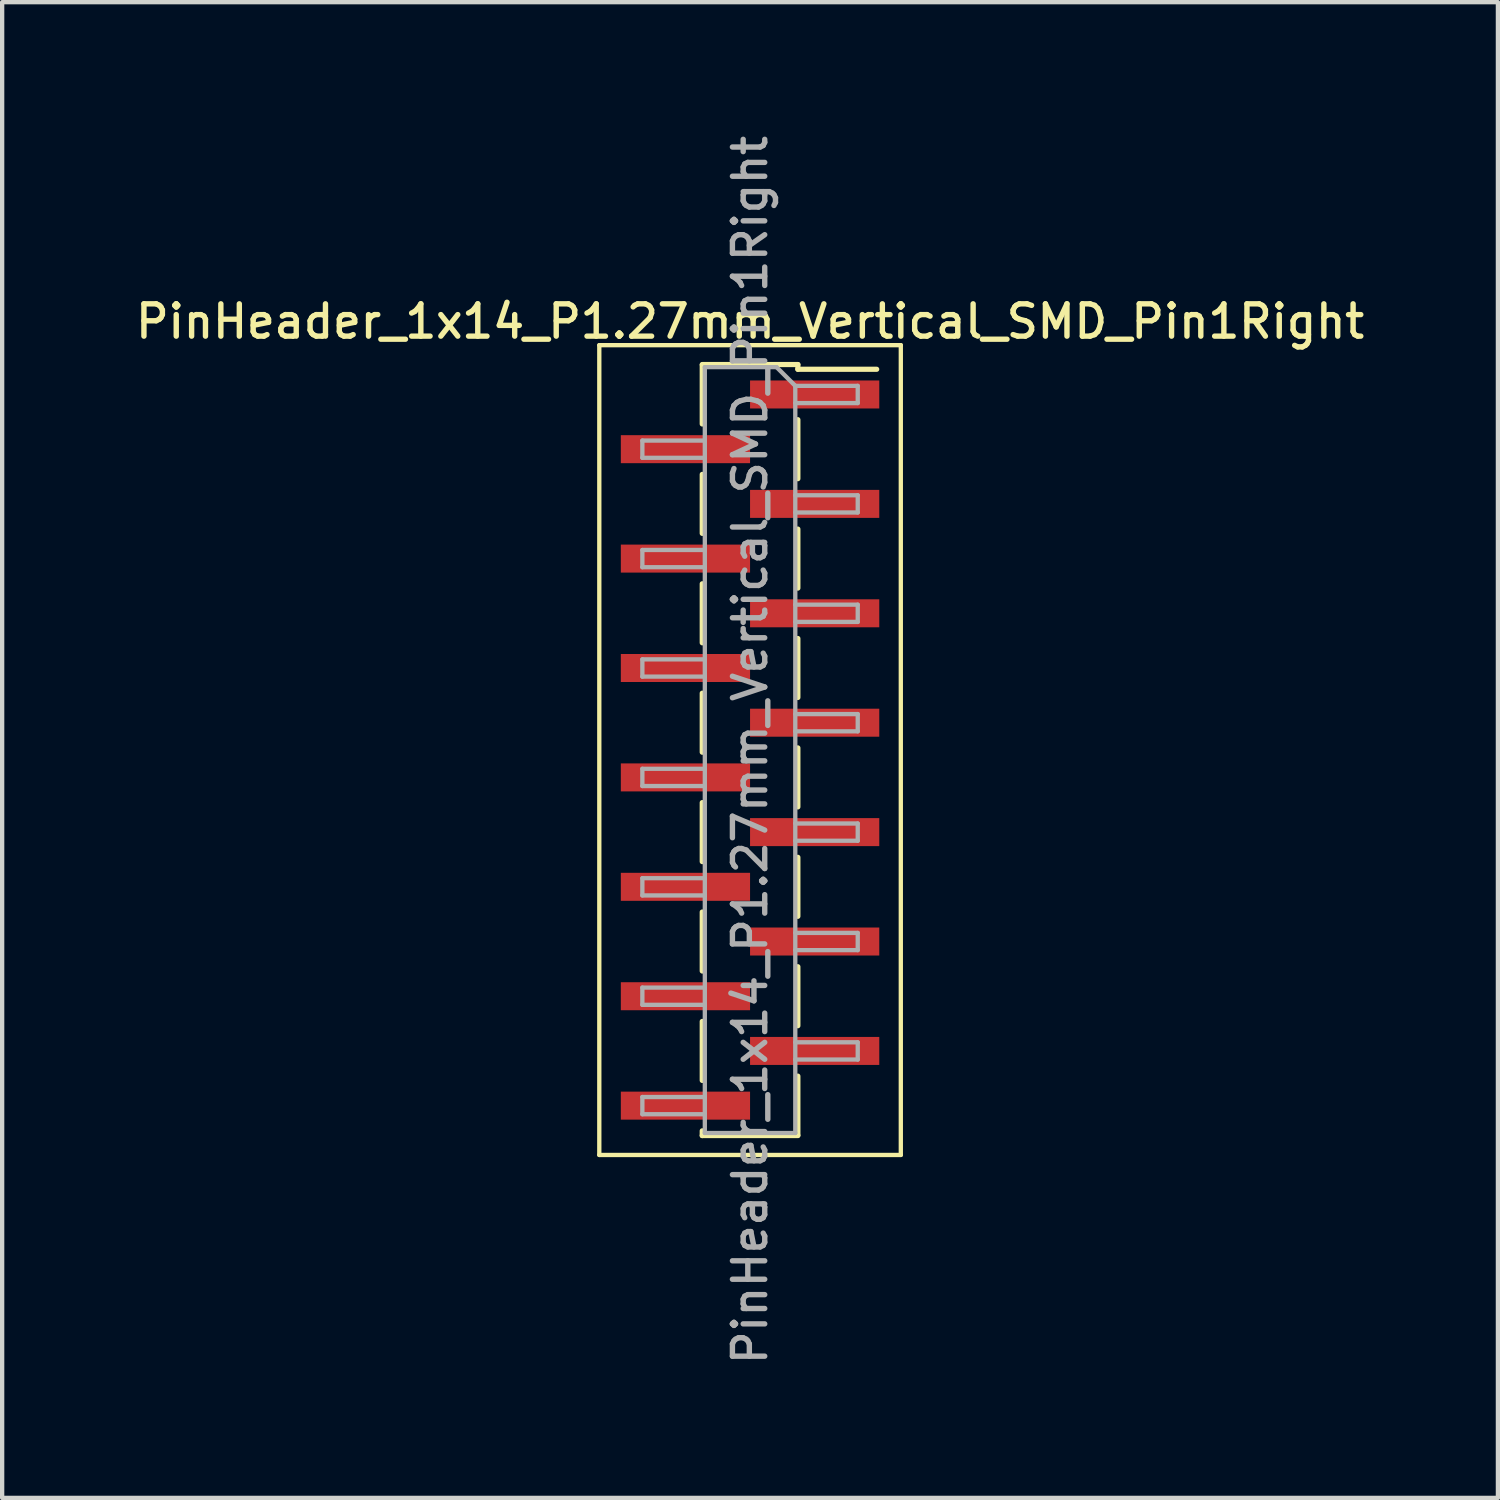
<source format=kicad_pcb>
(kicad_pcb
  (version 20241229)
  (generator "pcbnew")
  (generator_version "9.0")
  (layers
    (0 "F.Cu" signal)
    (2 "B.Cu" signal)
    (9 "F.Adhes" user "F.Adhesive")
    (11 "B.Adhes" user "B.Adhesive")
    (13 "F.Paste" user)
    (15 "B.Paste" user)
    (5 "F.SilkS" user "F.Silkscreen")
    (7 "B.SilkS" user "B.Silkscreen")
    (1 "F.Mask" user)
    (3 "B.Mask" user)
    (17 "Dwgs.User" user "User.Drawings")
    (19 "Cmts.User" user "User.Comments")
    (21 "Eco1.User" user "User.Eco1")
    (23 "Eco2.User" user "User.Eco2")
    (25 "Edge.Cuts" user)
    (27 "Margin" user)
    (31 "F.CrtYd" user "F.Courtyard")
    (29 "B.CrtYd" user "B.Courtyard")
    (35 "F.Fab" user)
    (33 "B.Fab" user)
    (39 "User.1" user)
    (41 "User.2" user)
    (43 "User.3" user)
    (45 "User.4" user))
  (footprint "PinHeader_1x14_P1.27mm_Vertical_SMD_Pin1Right"
    (layer "F.Cu")
    (at 14.363 14.363)
    (property "Reference" "PinHeader_1x14_P1.27mm_Vertical_SMD_Pin1Right" (at 0 -9.95 0) (layer "F.SilkS") (effects (font (size 0.75 0.75) (thickness 0.125))))
    (attr smd)
    (fp_line (start -3.5 -9.4) (end -3.5 9.4) (stroke (width 0.1) (type solid)) (layer "F.SilkS"))
    (fp_line (start -3.5 9.4) (end 3.5 9.4) (stroke (width 0.1) (type solid)) (layer "F.SilkS"))
    (fp_line (start -1.11 -8.95) (end 1.11 -8.95) (stroke (width 0.12) (type solid)) (layer "F.SilkS"))
    (fp_line (start -1.11 -8.94) (end -1.11 -7.57) (stroke (width 0.12) (type solid)) (layer "F.SilkS"))
    (fp_line (start -1.11 -6.4) (end -1.11 -5.03) (stroke (width 0.12) (type solid)) (layer "F.SilkS"))
    (fp_line (start -1.11 -3.86) (end -1.11 -2.49) (stroke (width 0.12) (type solid)) (layer "F.SilkS"))
    (fp_line (start -1.11 -1.32) (end -1.11 0.05) (stroke (width 0.12) (type solid)) (layer "F.SilkS"))
    (fp_line (start -1.11 1.22) (end -1.11 2.59) (stroke (width 0.12) (type solid)) (layer "F.SilkS"))
    (fp_line (start -1.11 3.76) (end -1.11 5.13) (stroke (width 0.12) (type solid)) (layer "F.SilkS"))
    (fp_line (start -1.11 6.3) (end -1.11 7.67) (stroke (width 0.12) (type solid)) (layer "F.SilkS"))
    (fp_line (start -1.11 8.84) (end -1.11 8.95) (stroke (width 0.12) (type solid)) (layer "F.SilkS"))
    (fp_line (start -1.11 8.95) (end 1.11 8.95) (stroke (width 0.12) (type solid)) (layer "F.SilkS"))
    (fp_line (start 1.11 -8.95) (end 1.11 -8.84) (stroke (width 0.12) (type solid)) (layer "F.SilkS"))
    (fp_line (start 1.11 -8.84) (end 2.94 -8.84) (stroke (width 0.12) (type solid)) (layer "F.SilkS"))
    (fp_line (start 1.11 -7.67) (end 1.11 -6.3) (stroke (width 0.12) (type solid)) (layer "F.SilkS"))
    (fp_line (start 1.11 -5.13) (end 1.11 -3.76) (stroke (width 0.12) (type solid)) (layer "F.SilkS"))
    (fp_line (start 1.11 -2.59) (end 1.11 -1.22) (stroke (width 0.12) (type solid)) (layer "F.SilkS"))
    (fp_line (start 1.11 -0.05) (end 1.11 1.32) (stroke (width 0.12) (type solid)) (layer "F.SilkS"))
    (fp_line (start 1.11 2.49) (end 1.11 3.86) (stroke (width 0.12) (type solid)) (layer "F.SilkS"))
    (fp_line (start 1.11 5.03) (end 1.11 6.4) (stroke (width 0.12) (type solid)) (layer "F.SilkS"))
    (fp_line (start 1.11 7.57) (end 1.11 8.94) (stroke (width 0.12) (type solid)) (layer "F.SilkS"))
    (fp_line (start 3.5 -9.4) (end -3.5 -9.4) (stroke (width 0.1) (type solid)) (layer "F.SilkS"))
    (fp_line (start 3.5 9.4) (end 3.5 -9.4) (stroke (width 0.1) (type solid)) (layer "F.SilkS"))
    (fp_line (start -2.5 -7.185) (end -2.5 -6.785) (stroke (width 0.1) (type solid)) (layer "F.Fab"))
    (fp_line (start -2.5 -6.785) (end -1.05 -6.785) (stroke (width 0.1) (type solid)) (layer "F.Fab"))
    (fp_line (start -2.5 -4.645) (end -2.5 -4.245) (stroke (width 0.1) (type solid)) (layer "F.Fab"))
    (fp_line (start -2.5 -4.245) (end -1.05 -4.245) (stroke (width 0.1) (type solid)) (layer "F.Fab"))
    (fp_line (start -2.5 -2.105) (end -2.5 -1.705) (stroke (width 0.1) (type solid)) (layer "F.Fab"))
    (fp_line (start -2.5 -1.705) (end -1.05 -1.705) (stroke (width 0.1) (type solid)) (layer "F.Fab"))
    (fp_line (start -2.5 0.435) (end -2.5 0.835) (stroke (width 0.1) (type solid)) (layer "F.Fab"))
    (fp_line (start -2.5 0.835) (end -1.05 0.835) (stroke (width 0.1) (type solid)) (layer "F.Fab"))
    (fp_line (start -2.5 2.975) (end -2.5 3.375) (stroke (width 0.1) (type solid)) (layer "F.Fab"))
    (fp_line (start -2.5 3.375) (end -1.05 3.375) (stroke (width 0.1) (type solid)) (layer "F.Fab"))
    (fp_line (start -2.5 5.515) (end -2.5 5.915) (stroke (width 0.1) (type solid)) (layer "F.Fab"))
    (fp_line (start -2.5 5.915) (end -1.05 5.915) (stroke (width 0.1) (type solid)) (layer "F.Fab"))
    (fp_line (start -2.5 8.055) (end -2.5 8.455) (stroke (width 0.1) (type solid)) (layer "F.Fab"))
    (fp_line (start -2.5 8.455) (end -1.05 8.455) (stroke (width 0.1) (type solid)) (layer "F.Fab"))
    (fp_line (start -1.05 -8.89) (end -1.05 8.89) (stroke (width 0.1) (type solid)) (layer "F.Fab"))
    (fp_line (start -1.05 -8.89) (end 0.615 -8.89) (stroke (width 0.1) (type solid)) (layer "F.Fab"))
    (fp_line (start -1.05 -7.185) (end -2.5 -7.185) (stroke (width 0.1) (type solid)) (layer "F.Fab"))
    (fp_line (start -1.05 -4.645) (end -2.5 -4.645) (stroke (width 0.1) (type solid)) (layer "F.Fab"))
    (fp_line (start -1.05 -2.105) (end -2.5 -2.105) (stroke (width 0.1) (type solid)) (layer "F.Fab"))
    (fp_line (start -1.05 0.435) (end -2.5 0.435) (stroke (width 0.1) (type solid)) (layer "F.Fab"))
    (fp_line (start -1.05 2.975) (end -2.5 2.975) (stroke (width 0.1) (type solid)) (layer "F.Fab"))
    (fp_line (start -1.05 5.515) (end -2.5 5.515) (stroke (width 0.1) (type solid)) (layer "F.Fab"))
    (fp_line (start -1.05 8.055) (end -2.5 8.055) (stroke (width 0.1) (type solid)) (layer "F.Fab"))
    (fp_line (start 1.05 -8.455) (end 0.615 -8.89) (stroke (width 0.1) (type solid)) (layer "F.Fab"))
    (fp_line (start 1.05 -8.455) (end 2.5 -8.455) (stroke (width 0.1) (type solid)) (layer "F.Fab"))
    (fp_line (start 1.05 -5.915) (end 2.5 -5.915) (stroke (width 0.1) (type solid)) (layer "F.Fab"))
    (fp_line (start 1.05 -3.375) (end 2.5 -3.375) (stroke (width 0.1) (type solid)) (layer "F.Fab"))
    (fp_line (start 1.05 -0.835) (end 2.5 -0.835) (stroke (width 0.1) (type solid)) (layer "F.Fab"))
    (fp_line (start 1.05 1.705) (end 2.5 1.705) (stroke (width 0.1) (type solid)) (layer "F.Fab"))
    (fp_line (start 1.05 4.245) (end 2.5 4.245) (stroke (width 0.1) (type solid)) (layer "F.Fab"))
    (fp_line (start 1.05 6.785) (end 2.5 6.785) (stroke (width 0.1) (type solid)) (layer "F.Fab"))
    (fp_line (start 1.05 8.89) (end -1.05 8.89) (stroke (width 0.1) (type solid)) (layer "F.Fab"))
    (fp_line (start 1.05 8.89) (end 1.05 -8.455) (stroke (width 0.1) (type solid)) (layer "F.Fab"))
    (fp_line (start 2.5 -8.455) (end 2.5 -8.055) (stroke (width 0.1) (type solid)) (layer "F.Fab"))
    (fp_line (start 2.5 -8.055) (end 1.05 -8.055) (stroke (width 0.1) (type solid)) (layer "F.Fab"))
    (fp_line (start 2.5 -5.915) (end 2.5 -5.515) (stroke (width 0.1) (type solid)) (layer "F.Fab"))
    (fp_line (start 2.5 -5.515) (end 1.05 -5.515) (stroke (width 0.1) (type solid)) (layer "F.Fab"))
    (fp_line (start 2.5 -3.375) (end 2.5 -2.975) (stroke (width 0.1) (type solid)) (layer "F.Fab"))
    (fp_line (start 2.5 -2.975) (end 1.05 -2.975) (stroke (width 0.1) (type solid)) (layer "F.Fab"))
    (fp_line (start 2.5 -0.835) (end 2.5 -0.435) (stroke (width 0.1) (type solid)) (layer "F.Fab"))
    (fp_line (start 2.5 -0.435) (end 1.05 -0.435) (stroke (width 0.1) (type solid)) (layer "F.Fab"))
    (fp_line (start 2.5 1.705) (end 2.5 2.105) (stroke (width 0.1) (type solid)) (layer "F.Fab"))
    (fp_line (start 2.5 2.105) (end 1.05 2.105) (stroke (width 0.1) (type solid)) (layer "F.Fab"))
    (fp_line (start 2.5 4.245) (end 2.5 4.645) (stroke (width 0.1) (type solid)) (layer "F.Fab"))
    (fp_line (start 2.5 4.645) (end 1.05 4.645) (stroke (width 0.1) (type solid)) (layer "F.Fab"))
    (fp_line (start 2.5 6.785) (end 2.5 7.185) (stroke (width 0.1) (type solid)) (layer "F.Fab"))
    (fp_line (start 2.5 7.185) (end 1.05 7.185) (stroke (width 0.1) (type solid)) (layer "F.Fab"))
    (fp_text user "${REFERENCE}" (at 0 0 90) (layer "F.Fab") (effects (font (size 0.75 0.75) (thickness 0.125))))
    (pad "1" smd rect (at 1.5 -8.255) (size 3 0.65) (layers "F.Cu" "F.Mask" "F.Paste"))
    (pad "2" smd rect (at -1.5 -6.985) (size 3 0.65) (layers "F.Cu" "F.Mask" "F.Paste"))
    (pad "3" smd rect (at 1.5 -5.715) (size 3 0.65) (layers "F.Cu" "F.Mask" "F.Paste"))
    (pad "4" smd rect (at -1.5 -4.445) (size 3 0.65) (layers "F.Cu" "F.Mask" "F.Paste"))
    (pad "5" smd rect (at 1.5 -3.175) (size 3 0.65) (layers "F.Cu" "F.Mask" "F.Paste"))
    (pad "6" smd rect (at -1.5 -1.905) (size 3 0.65) (layers "F.Cu" "F.Mask" "F.Paste"))
    (pad "7" smd rect (at 1.5 -0.635) (size 3 0.65) (layers "F.Cu" "F.Mask" "F.Paste"))
    (pad "8" smd rect (at -1.5 0.635) (size 3 0.65) (layers "F.Cu" "F.Mask" "F.Paste"))
    (pad "9" smd rect (at 1.5 1.905) (size 3 0.65) (layers "F.Cu" "F.Mask" "F.Paste"))
    (pad "10" smd rect (at -1.5 3.175) (size 3 0.65) (layers "F.Cu" "F.Mask" "F.Paste"))
    (pad "11" smd rect (at 1.5 4.445) (size 3 0.65) (layers "F.Cu" "F.Mask" "F.Paste"))
    (pad "12" smd rect (at -1.5 5.715) (size 3 0.65) (layers "F.Cu" "F.Mask" "F.Paste"))
    (pad "13" smd rect (at 1.5 6.985) (size 3 0.65) (layers "F.Cu" "F.Mask" "F.Paste"))
    (pad "14" smd rect (at -1.5 8.255) (size 3 0.65) (layers "F.Cu" "F.Mask" "F.Paste")))
  (gr_rect
    (start -3 -3)
    (end 31.725 31.725)
    (stroke (width 0.1) (type default))
    (fill no)
    (layer "Edge.Cuts")))
</source>
